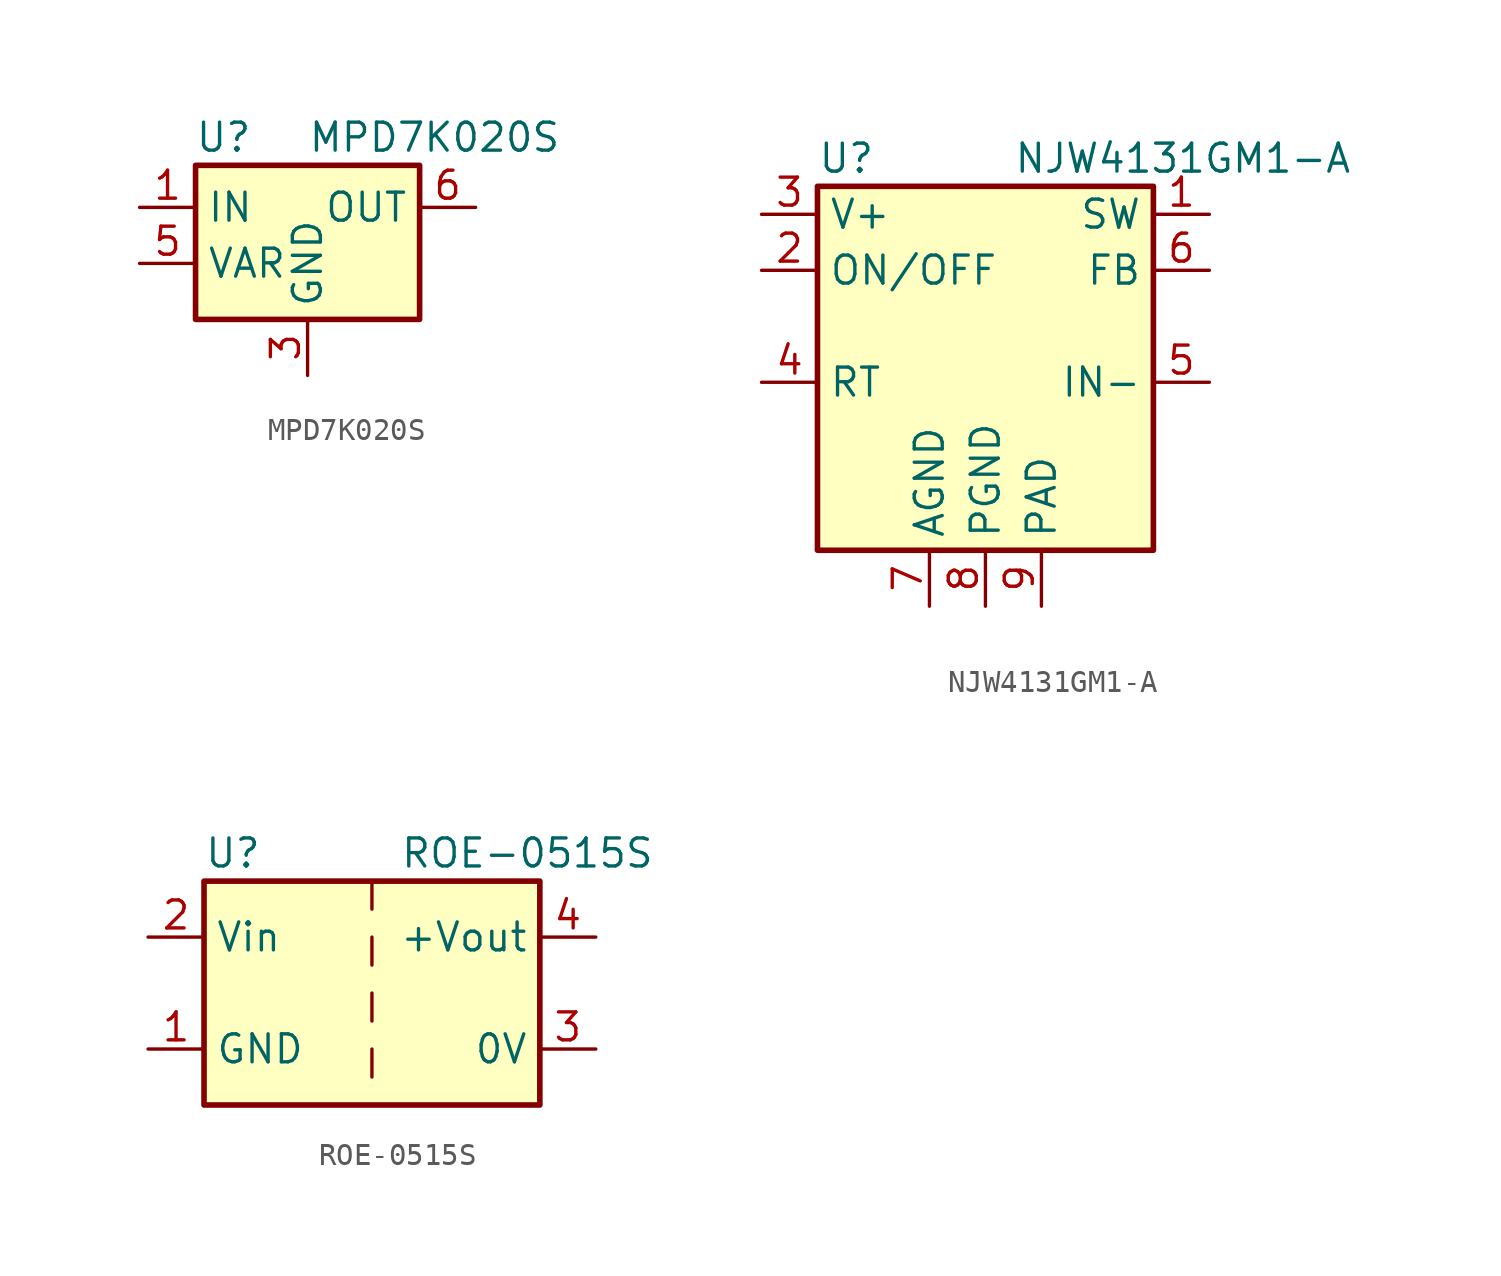
<source format=kicad_sym>
(kicad_symbol_lib
  (version 20220914)
  (generator kicad_symbol_editor)
  (symbol "MPD7K020S"
    (property "Reference" "U"
      (at -3.81 3.175 0)
      (effects (font (size 1.27 1.27))))
    (property "Value" "MPD7K020S"
      (at 0 3.175 0)
      (effects (font (size 1.27 1.27)) (justify left)))
    (symbol "MPD7K020S_0_1"
      (rectangle (start -5.08 1.905) (end 5.08 -5.08) (stroke (width 0.254) (type solid)) (fill (type background))))
    (symbol "MPD7K020S_1_1"
      (pin power_in line (at -7.62 0 0) (length 2.54) (name "IN" (effects (font (size 1.27 1.27)))) (number "1" (effects (font (size 1.27 1.27)))))
      (pin power_in line (at -7.62 0 0) (length 2.54) hide (name "IN" (effects (font (size 1.27 1.27)))) (number "2" (effects (font (size 1.27 1.27)))))
      (pin power_in line (at 0 -7.62 90) (length 2.54) (name "GND" (effects (font (size 1.27 1.27)))) (number "3" (effects (font (size 1.27 1.27)))))
      (pin power_in line (at 0 -7.62 90) (length 2.54) hide (name "GND" (effects (font (size 1.27 1.27)))) (number "4" (effects (font (size 1.27 1.27)))))
      (pin input line (at -7.62 -2.54 0) (length 2.54) (name "VAR" (effects (font (size 1.27 1.27)))) (number "5" (effects (font (size 1.27 1.27)))))
      (pin power_out line (at 7.62 0 180) (length 2.54) (name "OUT" (effects (font (size 1.27 1.27)))) (number "6" (effects (font (size 1.27 1.27)))))
      (pin power_out line (at 7.62 0 180) (length 2.54) hide (name "OUT" (effects (font (size 1.27 1.27)))) (number "7" (effects (font (size 1.27 1.27)))))
      (pin power_in line (at 0 -7.62 90) (length 2.54) hide (name "GND" (effects (font (size 1.27 1.27)))) (number "8" (effects (font (size 1.27 1.27)))))))
  (symbol "NJW4131GM1-A"
    (property "Reference" "U"
      (at -7.62 10.16 0)
      (effects (font (size 1.27 1.27)) (justify left)))
    (property "Value" "NJW4131GM1-A"
      (at 1.27 10.16 0)
      (effects (font (size 1.27 1.27)) (justify left)))
    (symbol "NJW4131GM1-A_0_0"
      (pin passive line (at 10.16 7.62 180) (length 2.54) (name "SW" (effects (font (size 1.27 1.27)))) (number "1" (effects (font (size 1.27 1.27)))))
      (pin input line (at -10.16 5.08 0) (length 2.54) (name "ON/OFF" (effects (font (size 1.27 1.27)))) (number "2" (effects (font (size 1.27 1.27)))))
      (pin power_in line (at -10.16 7.62 0) (length 2.54) (name "V+" (effects (font (size 1.27 1.27)))) (number "3" (effects (font (size 1.27 1.27)))))
      (pin passive line (at -10.16 0 0) (length 2.54) (name "RT" (effects (font (size 1.27 1.27)))) (number "4" (effects (font (size 1.27 1.27)))))
      (pin input line (at 10.16 0 180) (length 2.54) (name "IN-" (effects (font (size 1.27 1.27)))) (number "5" (effects (font (size 1.27 1.27)))))
      (pin input line (at 10.16 5.08 180) (length 2.54) (name "FB" (effects (font (size 1.27 1.27)))) (number "6" (effects (font (size 1.27 1.27)))))
      (pin power_in line (at -2.54 -10.16 90) (length 2.54) (name "AGND" (effects (font (size 1.27 1.27)))) (number "7" (effects (font (size 1.27 1.27)))))
      (pin power_in line (at 0 -10.16 90) (length 2.54) (name "PGND" (effects (font (size 1.27 1.27)))) (number "8" (effects (font (size 1.27 1.27)))))
      (pin power_in line (at 2.54 -10.16 90) (length 2.54) (name "PAD" (effects (font (size 1.27 1.27)))) (number "9" (effects (font (size 1.27 1.27))))))
    (symbol "NJW4131GM1-A_0_1"
      (rectangle (start -7.62 8.89) (end 7.62 -7.62) (stroke (width 0.254) (type solid)) (fill (type background)))))
  (symbol "ROE-0515S"
    (property "Reference" "U"
      (at -7.62 6.35 0)
      (effects (font (size 1.27 1.27)) (justify left)))
    (property "Value" "ROE-0515S"
      (at 1.27 6.35 0)
      (effects (font (size 1.27 1.27)) (justify left)))
    (symbol "ROE-0515S_0_0"
      (pin power_in line (at -10.16 -2.54 0) (length 2.54) (name "GND" (effects (font (size 1.27 1.27)))) (number "1" (effects (font (size 1.27 1.27)))))
      (pin power_in line (at -10.16 2.54 0) (length 2.54) (name "Vin" (effects (font (size 1.27 1.27)))) (number "2" (effects (font (size 1.27 1.27)))))
      (pin power_out line (at 10.16 -2.54 180) (length 2.54) (name "0V" (effects (font (size 1.27 1.27)))) (number "3" (effects (font (size 1.27 1.27)))))
      (pin power_out line (at 10.16 2.54 180) (length 2.54) (name "+Vout" (effects (font (size 1.27 1.27)))) (number "4" (effects (font (size 1.27 1.27))))))
    (symbol "ROE-0515S_0_1"
      (rectangle (start -7.62 5.08) (end 7.62 -5.08) (stroke (width 0.254) (type solid)) (fill (type background)))
      (polyline (pts (xy 0 -2.54) (xy 0 -3.81)) (stroke (width 0) (type solid)) (fill (type none)))
      (polyline (pts (xy 0 0) (xy 0 -1.27)) (stroke (width 0) (type solid)) (fill (type none)))
      (polyline (pts (xy 0 2.54) (xy 0 1.27)) (stroke (width 0) (type solid)) (fill (type none)))
      (polyline (pts (xy 0 5.08) (xy 0 3.81)) (stroke (width 0) (type solid)) (fill (type none))))))
</source>
